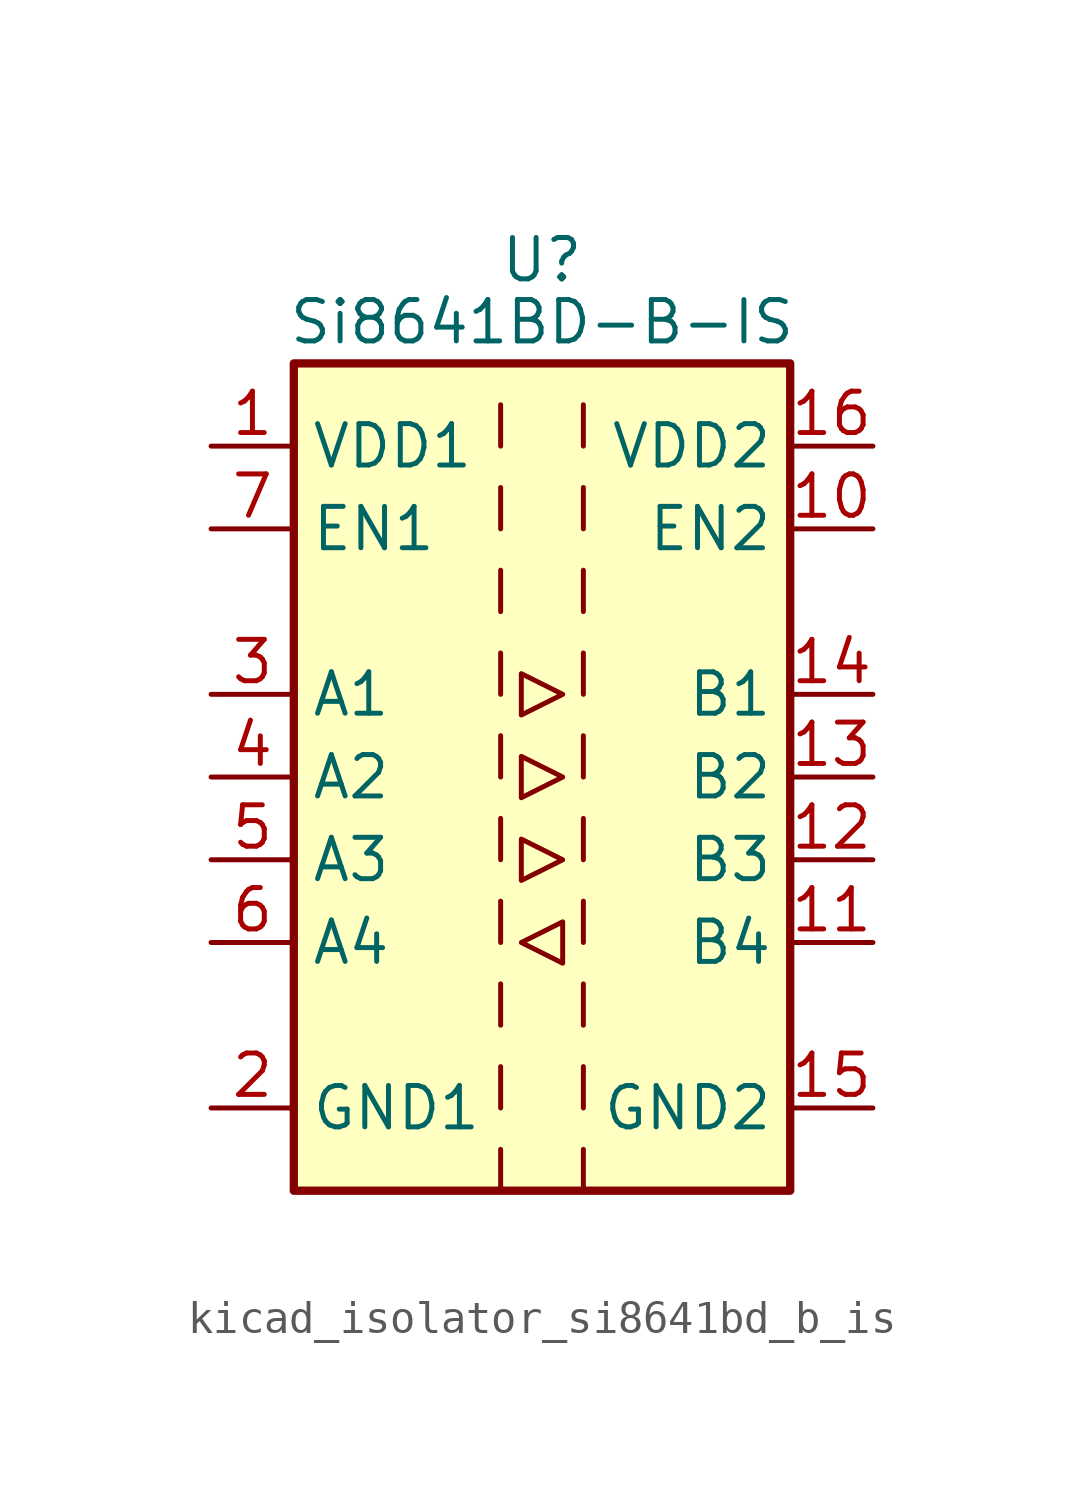
<source format=kicad_sym>
(kicad_symbol_lib
  (version 20220914)
  (generator kicad_symbol_editor)
  (symbol "kicad_isolator_si8641bd_b_is"
    (property "Reference" "U"
      (at 0 15.875 0)
      (effects (font (size 1.27 1.27))))
    (property "Value" "Si8641BD-B-IS"
      (at 0 13.97 0)
      (effects (font (size 1.27 1.27))))
    (symbol "kicad_isolator_si8641bd_b_is_0_1"
      (rectangle (start -7.62 12.7) (end 7.62 -12.7) (stroke (width 0.254) (type default)) (fill (type background)))
      (polyline (pts (xy -1.27 -11.43) (xy -1.27 -12.7)) (stroke (width 0) (type default)) (fill (type none)))
      (polyline (pts (xy -1.27 -8.89) (xy -1.27 -10.16)) (stroke (width 0) (type default)) (fill (type none)))
      (polyline (pts (xy -1.27 -6.35) (xy -1.27 -7.62)) (stroke (width 0) (type default)) (fill (type none)))
      (polyline (pts (xy -1.27 -3.81) (xy -1.27 -5.08)) (stroke (width 0) (type default)) (fill (type none)))
      (polyline (pts (xy -1.27 -1.27) (xy -1.27 -2.54)) (stroke (width 0) (type default)) (fill (type none)))
      (polyline (pts (xy -1.27 1.27) (xy -1.27 0)) (stroke (width 0) (type default)) (fill (type none)))
      (polyline (pts (xy -1.27 3.81) (xy -1.27 2.54)) (stroke (width 0) (type default)) (fill (type none)))
      (polyline (pts (xy -1.27 6.35) (xy -1.27 5.08)) (stroke (width 0) (type default)) (fill (type none)))
      (polyline (pts (xy -1.27 8.89) (xy -1.27 7.62)) (stroke (width 0) (type default)) (fill (type none)))
      (polyline (pts (xy -1.27 11.43) (xy -1.27 10.16)) (stroke (width 0) (type default)) (fill (type none)))
      (polyline (pts (xy 1.27 -11.43) (xy 1.27 -12.7)) (stroke (width 0) (type default)) (fill (type none)))
      (polyline (pts (xy 1.27 -8.89) (xy 1.27 -10.16)) (stroke (width 0) (type default)) (fill (type none)))
      (polyline (pts (xy 1.27 -6.35) (xy 1.27 -7.62)) (stroke (width 0) (type default)) (fill (type none)))
      (polyline (pts (xy 1.27 -3.81) (xy 1.27 -5.08)) (stroke (width 0) (type default)) (fill (type none)))
      (polyline (pts (xy 1.27 -1.27) (xy 1.27 -2.54)) (stroke (width 0) (type default)) (fill (type none)))
      (polyline (pts (xy 1.27 1.27) (xy 1.27 0)) (stroke (width 0) (type default)) (fill (type none)))
      (polyline (pts (xy 1.27 3.81) (xy 1.27 2.54)) (stroke (width 0) (type default)) (fill (type none)))
      (polyline (pts (xy 1.27 6.35) (xy 1.27 5.08)) (stroke (width 0) (type default)) (fill (type none)))
      (polyline (pts (xy 1.27 8.89) (xy 1.27 7.62)) (stroke (width 0) (type default)) (fill (type none)))
      (polyline (pts (xy 1.27 11.43) (xy 1.27 10.16)) (stroke (width 0) (type default)) (fill (type none)))
      (polyline (pts (xy -0.635 -5.08) (xy 0.635 -4.445) (xy 0.635 -5.715) (xy -0.635 -5.08)) (stroke (width 0) (type default)) (fill (type none)))
      (polyline (pts (xy -0.635 0.635) (xy -0.635 -0.635) (xy 0.635 0) (xy -0.635 0.635)) (stroke (width 0) (type default)) (fill (type none)))
      (polyline (pts (xy -0.635 3.175) (xy -0.635 1.905) (xy 0.635 2.54) (xy -0.635 3.175)) (stroke (width 0) (type default)) (fill (type none)))
      (polyline (pts (xy 0.635 -2.54) (xy -0.635 -1.905) (xy -0.635 -3.175) (xy 0.635 -2.54)) (stroke (width 0) (type default)) (fill (type none))))
    (symbol "kicad_isolator_si8641bd_b_is_1_1"
      (pin power_in line (at -10.16 10.16 0) (length 2.54) (name "VDD1" (effects (font (size 1.27 1.27)))) (number "1" (effects (font (size 1.27 1.27)))))
      (pin input line (at 10.16 7.62 180) (length 2.54) (name "EN2" (effects (font (size 1.27 1.27)))) (number "10" (effects (font (size 1.27 1.27)))))
      (pin input line (at 10.16 -5.08 180) (length 2.54) (name "B4" (effects (font (size 1.27 1.27)))) (number "11" (effects (font (size 1.27 1.27)))))
      (pin output line (at 10.16 -2.54 180) (length 2.54) (name "B3" (effects (font (size 1.27 1.27)))) (number "12" (effects (font (size 1.27 1.27)))))
      (pin output line (at 10.16 0 180) (length 2.54) (name "B2" (effects (font (size 1.27 1.27)))) (number "13" (effects (font (size 1.27 1.27)))))
      (pin output line (at 10.16 2.54 180) (length 2.54) (name "B1" (effects (font (size 1.27 1.27)))) (number "14" (effects (font (size 1.27 1.27)))))
      (pin power_in line (at 10.16 -10.16 180) (length 2.54) (name "GND2" (effects (font (size 1.27 1.27)))) (number "15" (effects (font (size 1.27 1.27)))))
      (pin power_in line (at 10.16 10.16 180) (length 2.54) (name "VDD2" (effects (font (size 1.27 1.27)))) (number "16" (effects (font (size 1.27 1.27)))))
      (pin power_in line (at -10.16 -10.16 0) (length 2.54) (name "GND1" (effects (font (size 1.27 1.27)))) (number "2" (effects (font (size 1.27 1.27)))))
      (pin input line (at -10.16 2.54 0) (length 2.54) (name "A1" (effects (font (size 1.27 1.27)))) (number "3" (effects (font (size 1.27 1.27)))))
      (pin input line (at -10.16 0 0) (length 2.54) (name "A2" (effects (font (size 1.27 1.27)))) (number "4" (effects (font (size 1.27 1.27)))))
      (pin input line (at -10.16 -2.54 0) (length 2.54) (name "A3" (effects (font (size 1.27 1.27)))) (number "5" (effects (font (size 1.27 1.27)))))
      (pin output line (at -10.16 -5.08 0) (length 2.54) (name "A4" (effects (font (size 1.27 1.27)))) (number "6" (effects (font (size 1.27 1.27)))))
      (pin input line (at -10.16 7.62 0) (length 2.54) (name "EN1" (effects (font (size 1.27 1.27)))) (number "7" (effects (font (size 1.27 1.27)))))
      (pin passive line (at -10.16 -10.16 0) (length 2.54) hide (name "GND1" (effects (font (size 1.27 1.27)))) (number "8" (effects (font (size 1.27 1.27)))))
      (pin passive line (at 10.16 -10.16 180) (length 2.54) hide (name "GND2" (effects (font (size 1.27 1.27)))) (number "9" (effects (font (size 1.27 1.27))))))))
</source>
